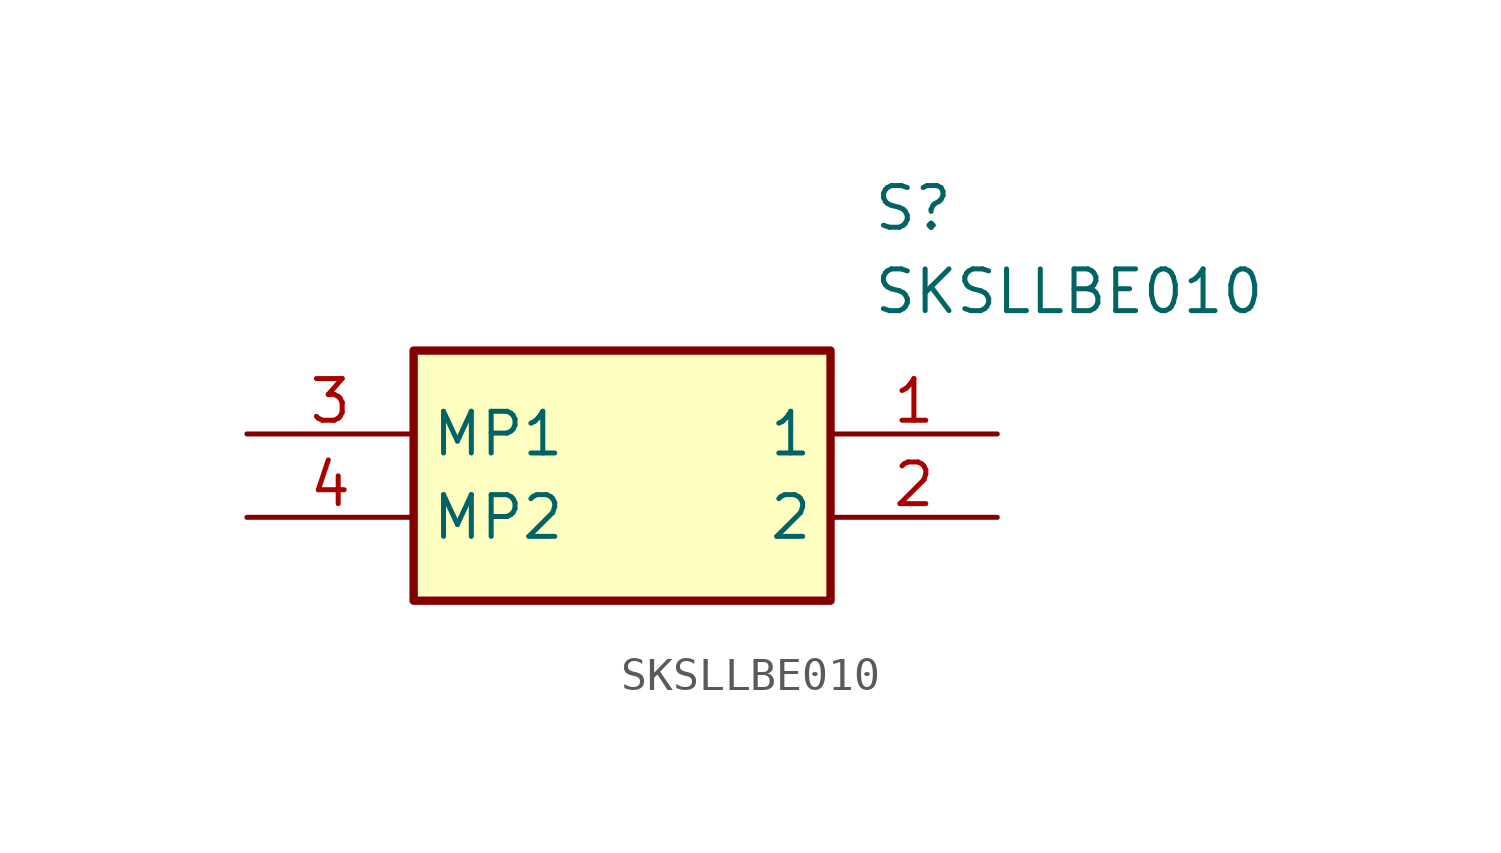
<source format=kicad_sym>
(kicad_symbol_lib
  (version 20211014)
  (generator SamacSys_ECAD_Model)
  (symbol "SKSLLBE010"
    (property "Reference" "S"
      (at 19.05 7.62 0)
      (effects (font (size 1.27 1.27)) (justify left top)))
    (property "Value" "SKSLLBE010"
      (at 19.05 5.08 0)
      (effects (font (size 1.27 1.27)) (justify left top)))
    (rectangle
      (start 5.08 2.54)
      (end 17.78 -5.08)
      (stroke (width 0.254) (type default))
      (fill (type background)))
    (pin passive line
      (at 22.86 0 180)
      (length 5.08)
      (name "1" (effects (font (size 1.27 1.27))))
      (number "1" (effects (font (size 1.27 1.27)))))
    (pin passive line
      (at 22.86 -2.54 180)
      (length 5.08)
      (name "2" (effects (font (size 1.27 1.27))))
      (number "2" (effects (font (size 1.27 1.27)))))
    (pin passive line
      (at 0 0 0)
      (length 5.08)
      (name "MP1" (effects (font (size 1.27 1.27))))
      (number "3" (effects (font (size 1.27 1.27)))))
    (pin passive line
      (at 0 -2.54 0)
      (length 5.08)
      (name "MP2" (effects (font (size 1.27 1.27))))
      (number "4" (effects (font (size 1.27 1.27)))))))
</source>
